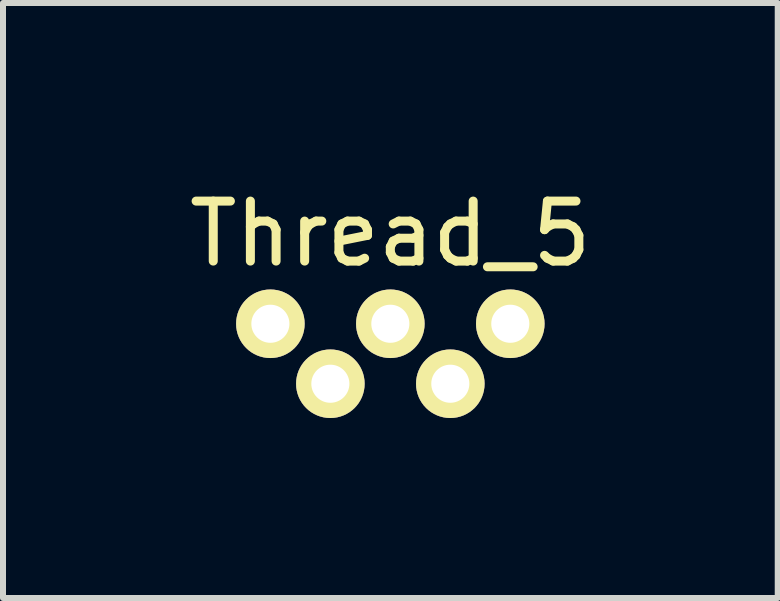
<source format=kicad_pcb>
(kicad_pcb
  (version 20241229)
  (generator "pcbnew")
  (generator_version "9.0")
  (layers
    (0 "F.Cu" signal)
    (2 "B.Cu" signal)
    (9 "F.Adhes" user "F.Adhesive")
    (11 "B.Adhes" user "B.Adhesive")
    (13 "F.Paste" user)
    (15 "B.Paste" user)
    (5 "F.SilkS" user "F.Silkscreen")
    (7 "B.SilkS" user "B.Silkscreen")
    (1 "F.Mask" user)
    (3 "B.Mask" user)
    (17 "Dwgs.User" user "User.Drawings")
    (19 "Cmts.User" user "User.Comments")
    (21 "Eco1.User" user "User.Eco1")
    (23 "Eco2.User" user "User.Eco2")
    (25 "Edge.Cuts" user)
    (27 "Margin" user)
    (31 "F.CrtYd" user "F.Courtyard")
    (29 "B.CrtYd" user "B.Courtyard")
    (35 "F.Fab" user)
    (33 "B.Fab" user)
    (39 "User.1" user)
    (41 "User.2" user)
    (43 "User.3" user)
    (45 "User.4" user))
  (footprint "Thread_5"
    (layer "F.Cu")
    (at 3.458 2.348)
    (property "Reference" "Thread_5" (at 0 -1.5 0) (layer "F.SilkS") (effects (font (size 1 1) (thickness 0.15))))
    (attr through_hole)
    (pad "1" thru_hole circle (at -2 0) (size 1.143 1.143) (drill 0.635) (layers "*.Cu" "*.Mask" "F.SilkS"))
    (pad "2" thru_hole circle (at -1 1) (size 1.143 1.143) (drill 0.635) (layers "*.Cu" "*.Mask" "F.SilkS"))
    (pad "3" thru_hole circle (at 0 0) (size 1.143 1.143) (drill 0.635) (layers "*.Cu" "*.Mask" "F.SilkS"))
    (pad "4" thru_hole circle (at 1 1) (size 1.143 1.143) (drill 0.635) (layers "*.Cu" "*.Mask" "F.SilkS"))
    (pad "5" thru_hole circle (at 2 0) (size 1.143 1.143) (drill 0.635) (layers "*.Cu" "*.Mask" "F.SilkS")))
  (gr_rect
    (start -3 -3)
    (end 9.917 6.92)
    (stroke (width 0.1) (type default))
    (fill no)
    (layer "Edge.Cuts")))
</source>
